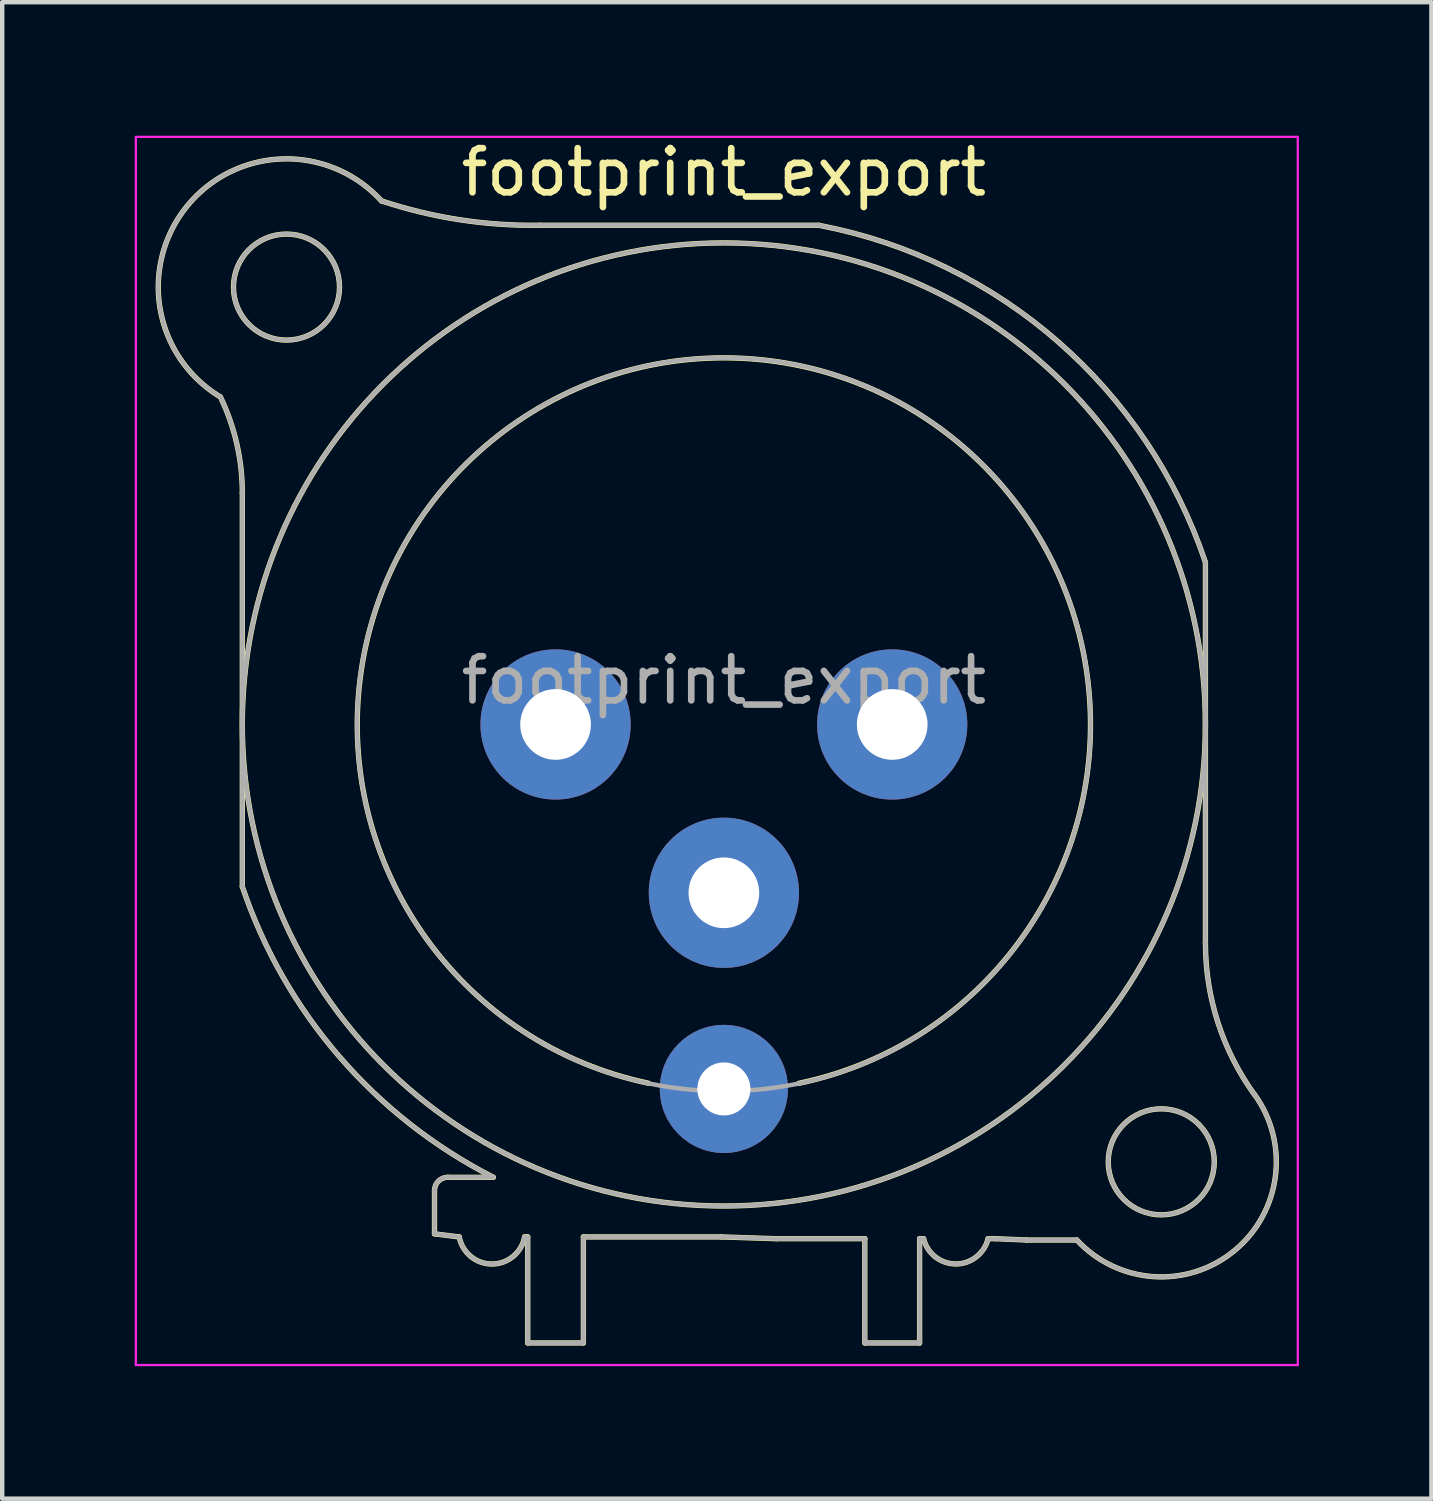
<source format=kicad_pcb>
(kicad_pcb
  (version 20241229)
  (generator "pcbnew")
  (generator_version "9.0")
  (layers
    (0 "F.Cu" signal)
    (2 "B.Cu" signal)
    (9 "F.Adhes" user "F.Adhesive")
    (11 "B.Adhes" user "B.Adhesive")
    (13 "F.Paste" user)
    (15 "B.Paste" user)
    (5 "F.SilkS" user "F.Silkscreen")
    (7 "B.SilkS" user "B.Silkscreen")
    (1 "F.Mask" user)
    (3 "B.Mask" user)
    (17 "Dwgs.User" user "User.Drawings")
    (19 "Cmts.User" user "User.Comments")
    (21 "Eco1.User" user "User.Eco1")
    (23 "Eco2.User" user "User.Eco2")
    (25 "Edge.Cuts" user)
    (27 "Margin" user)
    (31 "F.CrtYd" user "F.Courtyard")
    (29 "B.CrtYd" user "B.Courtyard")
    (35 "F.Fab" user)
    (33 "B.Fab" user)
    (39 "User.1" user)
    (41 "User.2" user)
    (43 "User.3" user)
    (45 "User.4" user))
  (footprint "footprint_export"
    (layer "F.Cu")
    (at 9.525 13.348)
    (property "Reference" "footprint_export" (at 3.81 -12.5 0) (layer "F.SilkS") (effects (font (size 1 1) (thickness 0.15))))
    (attr through_hole)
    (fp_line (start -7.09 3.67) (end -7.09 -5.24) (stroke (width 0.12) (type solid)) (layer "F.SilkS"))
    (fp_line (start -2.74 11.53) (end -2.74 10.55) (stroke (width 0.12) (type solid)) (layer "F.SilkS"))
    (fp_line (start -2.74 11.53) (end -2.18 11.6) (stroke (width 0.12) (type solid)) (layer "F.SilkS"))
    (fp_line (start -1.41 10.25) (end -2.44 10.25) (stroke (width 0.12) (type solid)) (layer "F.SilkS"))
    (fp_line (start -0.7 11.6) (end -0.63 11.6) (stroke (width 0.12) (type solid)) (layer "F.SilkS"))
    (fp_line (start -0.63 11.6) (end -0.63 14) (stroke (width 0.12) (type solid)) (layer "F.SilkS"))
    (fp_line (start 0.63 11.6) (end 0.63 14) (stroke (width 0.12) (type solid)) (layer "F.SilkS"))
    (fp_line (start 0.63 11.6) (end 3.76 11.6) (stroke (width 0.12) (type solid)) (layer "F.SilkS"))
    (fp_line (start 0.63 14) (end -0.63 14) (stroke (width 0.12) (type solid)) (layer "F.SilkS"))
    (fp_line (start 3.76 11.6) (end 5 11.64) (stroke (width 0.12) (type solid)) (layer "F.SilkS"))
    (fp_line (start 5 11.64) (end 7 11.64) (stroke (width 0.12) (type solid)) (layer "F.SilkS"))
    (fp_line (start 5.95 -11.3) (end -0.36 -11.3) (stroke (width 0.12) (type solid)) (layer "F.SilkS"))
    (fp_line (start 7 11.64) (end 7 14) (stroke (width 0.12) (type solid)) (layer "F.SilkS"))
    (fp_line (start 8.24 11.64) (end 8.24 14) (stroke (width 0.12) (type solid)) (layer "F.SilkS"))
    (fp_line (start 8.24 11.64) (end 8.33 11.64) (stroke (width 0.12) (type solid)) (layer "F.SilkS"))
    (fp_line (start 8.24 14) (end 7 14) (stroke (width 0.12) (type solid)) (layer "F.SilkS"))
    (fp_line (start 9.79 11.64) (end 9.96 11.64) (stroke (width 0.12) (type solid)) (layer "F.SilkS"))
    (fp_line (start 9.96 11.64) (end 10.66 11.67) (stroke (width 0.12) (type solid)) (layer "F.SilkS"))
    (fp_line (start 10.66 11.67) (end 11.8 11.67) (stroke (width 0.12) (type solid)) (layer "F.SilkS"))
    (fp_line (start 14.71 -3.67) (end 14.71 4.95) (stroke (width 0.12) (type solid)) (layer "F.SilkS"))
    (fp_arc (start -7.593301 -7.417041) (mid -8.329941 -11.745986) (end -3.94 -11.85) (stroke (width 0.12) (type solid)) (layer "F.SilkS"))
    (fp_arc (start -7.585604 -7.412632) (mid -7.215472 -6.354221) (end -7.09 -5.24) (stroke (width 0.12) (type solid)) (layer "F.SilkS"))
    (fp_arc (start -2.74 10.55) (mid -2.652132 10.337868) (end -2.44 10.25) (stroke (width 0.12) (type solid)) (layer "F.SilkS"))
    (fp_arc (start -1.409988 10.248445) (mid -4.895314 7.51641) (end -7.09 3.67) (stroke (width 0.12) (type solid)) (layer "F.SilkS"))
    (fp_arc (start -0.699936 11.599661) (mid -1.439828 12.213127) (end -2.18 11.6) (stroke (width 0.12) (type solid)) (layer "F.SilkS"))
    (fp_arc (start -0.36 -11.3) (mid -2.1728 -11.424322) (end -3.939109 -11.850762) (stroke (width 0.12) (type solid)) (layer "F.SilkS"))
    (fp_arc (start 2.1 8.12) (mid 3.816114 -8.2981) (end 5.508033 8.122511) (stroke (width 0.12) (type solid)) (layer "F.SilkS"))
    (fp_arc (start 5.963496 -11.297847) (mid 11.369395 -8.668013) (end 14.71 -3.67) (stroke (width 0.12) (type solid)) (layer "F.SilkS"))
    (fp_arc (start 9.789694 11.641238) (mid 9.059362 12.211864) (end 8.33 11.64) (stroke (width 0.12) (type solid)) (layer "F.SilkS"))
    (fp_arc (start 15.815277 8.372002) (mid 14.993173 6.748036) (end 14.71 4.95) (stroke (width 0.12) (type solid)) (layer "F.SilkS"))
    (fp_arc (start 15.818809 8.372281) (mid 15.361853 11.913053) (end 11.8 11.67) (stroke (width 0.12) (type solid)) (layer "F.SilkS"))
    (fp_circle (center -6.09 -9.9) (end -4.89 -9.9) (stroke (width 0.12) (type solid)) (fill no) (layer "F.SilkS"))
    (fp_circle (center 3.81 0) (end 14.71 0) (stroke (width 0.12) (type solid)) (fill no) (layer "F.SilkS"))
    (fp_circle (center 13.71 9.9) (end 14.91 9.9) (stroke (width 0.12) (type solid)) (fill no) (layer "F.SilkS"))
    (fp_line (start -9.5 -13.3) (end 16.8 -13.3) (stroke (width 0.05) (type solid)) (layer "F.CrtYd"))
    (fp_line (start -9.5 14.5) (end -9.5 -13.3) (stroke (width 0.05) (type solid)) (layer "F.CrtYd"))
    (fp_line (start 16.8 -13.3) (end 16.8 14.5) (stroke (width 0.05) (type solid)) (layer "F.CrtYd"))
    (fp_line (start 16.8 14.5) (end -9.5 14.5) (stroke (width 0.05) (type solid)) (layer "F.CrtYd"))
    (fp_line (start -7.09 3.67) (end -7.09 -5.24) (stroke (width 0.1) (type solid)) (layer "F.Fab"))
    (fp_line (start -2.74 11.53) (end -2.74 10.55) (stroke (width 0.1) (type solid)) (layer "F.Fab"))
    (fp_line (start -2.74 11.53) (end -2.18 11.6) (stroke (width 0.1) (type solid)) (layer "F.Fab"))
    (fp_line (start -1.41 10.25) (end -2.44 10.25) (stroke (width 0.1) (type solid)) (layer "F.Fab"))
    (fp_line (start -0.7 11.6) (end -0.63 11.6) (stroke (width 0.1) (type solid)) (layer "F.Fab"))
    (fp_line (start -0.63 11.6) (end -0.63 14) (stroke (width 0.1) (type solid)) (layer "F.Fab"))
    (fp_line (start 0.63 11.6) (end 0.63 14) (stroke (width 0.1) (type solid)) (layer "F.Fab"))
    (fp_line (start 0.63 11.6) (end 3.76 11.6) (stroke (width 0.1) (type solid)) (layer "F.Fab"))
    (fp_line (start 0.63 14) (end -0.63 14) (stroke (width 0.1) (type solid)) (layer "F.Fab"))
    (fp_line (start 3.76 11.6) (end 5 11.64) (stroke (width 0.1) (type solid)) (layer "F.Fab"))
    (fp_line (start 5 11.64) (end 7 11.64) (stroke (width 0.1) (type solid)) (layer "F.Fab"))
    (fp_line (start 5.95 -11.3) (end -0.36 -11.3) (stroke (width 0.1) (type solid)) (layer "F.Fab"))
    (fp_line (start 7 11.64) (end 7 14) (stroke (width 0.1) (type solid)) (layer "F.Fab"))
    (fp_line (start 8.24 11.64) (end 8.24 14) (stroke (width 0.1) (type solid)) (layer "F.Fab"))
    (fp_line (start 8.24 11.64) (end 8.33 11.64) (stroke (width 0.1) (type solid)) (layer "F.Fab"))
    (fp_line (start 8.24 14) (end 7 14) (stroke (width 0.1) (type solid)) (layer "F.Fab"))
    (fp_line (start 9.79 11.64) (end 9.96 11.64) (stroke (width 0.1) (type solid)) (layer "F.Fab"))
    (fp_line (start 9.96 11.64) (end 10.66 11.67) (stroke (width 0.1) (type solid)) (layer "F.Fab"))
    (fp_line (start 10.66 11.67) (end 11.8 11.67) (stroke (width 0.1) (type solid)) (layer "F.Fab"))
    (fp_line (start 14.71 -3.67) (end 14.71 4.95) (stroke (width 0.1) (type solid)) (layer "F.Fab"))
    (fp_arc (start -7.593301 -7.417041) (mid -8.329941 -11.745986) (end -3.94 -11.85) (stroke (width 0.1) (type solid)) (layer "F.Fab"))
    (fp_arc (start -7.585604 -7.412632) (mid -7.215472 -6.354221) (end -7.09 -5.24) (stroke (width 0.1) (type solid)) (layer "F.Fab"))
    (fp_arc (start -2.74 10.55) (mid -2.652132 10.337868) (end -2.44 10.25) (stroke (width 0.1) (type solid)) (layer "F.Fab"))
    (fp_arc (start -1.409988 10.248445) (mid -4.895314 7.51641) (end -7.09 3.67) (stroke (width 0.1) (type solid)) (layer "F.Fab"))
    (fp_arc (start -0.699936 11.599661) (mid -1.439828 12.213127) (end -2.18 11.6) (stroke (width 0.1) (type solid)) (layer "F.Fab"))
    (fp_arc (start -0.36 -11.3) (mid -2.1728 -11.424322) (end -3.939109 -11.850762) (stroke (width 0.1) (type solid)) (layer "F.Fab"))
    (fp_arc (start 5.963496 -11.297847) (mid 11.369395 -8.668013) (end 14.71 -3.67) (stroke (width 0.1) (type solid)) (layer "F.Fab"))
    (fp_arc (start 9.789694 11.641238) (mid 9.059362 12.211864) (end 8.33 11.64) (stroke (width 0.1) (type solid)) (layer "F.Fab"))
    (fp_arc (start 15.815277 8.372002) (mid 14.993173 6.748036) (end 14.71 4.95) (stroke (width 0.1) (type solid)) (layer "F.Fab"))
    (fp_arc (start 15.818809 8.372281) (mid 15.361853 11.913053) (end 11.8 11.67) (stroke (width 0.1) (type solid)) (layer "F.Fab"))
    (fp_circle (center -6.09 -9.9) (end -4.89 -9.9) (stroke (width 0.1) (type solid)) (fill no) (layer "F.Fab"))
    (fp_circle (center 3.81 0) (end 12.11 0) (stroke (width 0.1) (type solid)) (fill no) (layer "F.Fab"))
    (fp_circle (center 3.81 0) (end 14.71 0) (stroke (width 0.1) (type solid)) (fill no) (layer "F.Fab"))
    (fp_circle (center 13.71 9.9) (end 14.91 9.9) (stroke (width 0.1) (type solid)) (fill no) (layer "F.Fab"))
    (fp_text user "${REFERENCE}" (at 3.81 -1 0) (layer "F.Fab") (effects (font (size 1 1) (thickness 0.15))))
    (pad "1" thru_hole circle (at 0 0) (size 3.4 3.4) (drill 1.6) (layers "*.Cu" "*.Mask"))
    (pad "2" thru_hole circle (at 7.62 0) (size 3.4 3.4) (drill 1.6) (layers "*.Cu" "*.Mask"))
    (pad "3" thru_hole circle (at 3.81 3.81) (size 3.4 3.4) (drill 1.6) (layers "*.Cu" "*.Mask"))
    (pad "G" thru_hole circle (at 3.81 8.25) (size 2.9 2.9) (drill 1.2) (layers "*.Cu" "*.Mask")))
  (gr_rect
    (start -3 -3)
    (end 29.35 30.873)
    (stroke (width 0.1) (type default))
    (fill no)
    (layer "Edge.Cuts")))
</source>
